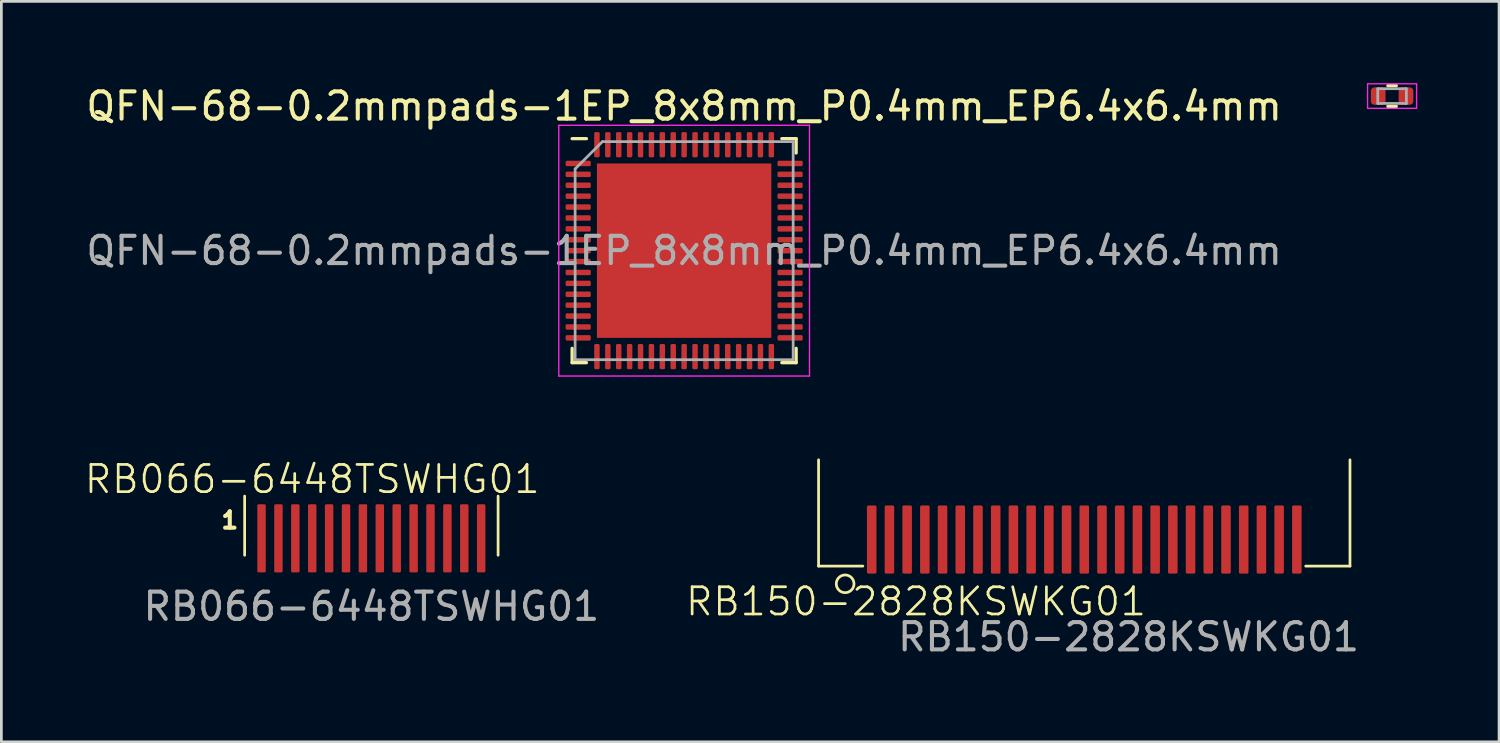
<source format=kicad_pcb>
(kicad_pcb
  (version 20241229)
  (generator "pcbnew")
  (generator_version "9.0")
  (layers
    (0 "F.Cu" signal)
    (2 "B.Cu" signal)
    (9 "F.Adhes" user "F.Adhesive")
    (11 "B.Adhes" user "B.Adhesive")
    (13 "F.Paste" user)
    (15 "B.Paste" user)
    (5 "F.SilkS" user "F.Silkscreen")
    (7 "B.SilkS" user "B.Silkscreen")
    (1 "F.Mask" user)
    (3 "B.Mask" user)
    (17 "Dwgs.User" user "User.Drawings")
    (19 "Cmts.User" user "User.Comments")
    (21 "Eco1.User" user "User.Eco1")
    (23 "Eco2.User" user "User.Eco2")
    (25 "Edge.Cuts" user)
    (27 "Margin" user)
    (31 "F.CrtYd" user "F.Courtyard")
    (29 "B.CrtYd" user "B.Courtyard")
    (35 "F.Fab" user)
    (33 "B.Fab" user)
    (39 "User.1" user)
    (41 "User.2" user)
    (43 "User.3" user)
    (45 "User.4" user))
  (footprint "RB066-6448TSWHG01"
    (layer "F.Cu")
    (at 10.577 16.704)
    (property "Reference" "RB066-6448TSWHG01" (at -2.17 -2.17 0) (unlocked yes) (layer "F.SilkS") (effects (font (size 1 1) (thickness 0.1))))
    (attr smd)
    (fp_line (start -4.65 -1.55) (end -4.65 0.62) (stroke (width 0.1) (type default)) (layer "F.SilkS"))
    (fp_line (start 4.65 -1.55) (end 4.65 0.62) (stroke (width 0.1) (type default)) (layer "F.SilkS"))
    (fp_text user "1" (at -5.58 -0.31 0) (unlocked yes) (layer "F.SilkS") (effects (font (size 0.6 0.6) (thickness 0.15) (bold yes)) (justify left bottom)))
    (fp_text user "${REFERENCE}" (at 0 2.5 0) (unlocked yes) (layer "F.Fab") (effects (font (size 1 1) (thickness 0.15))))
    (pad "1" smd roundrect (at -4.03 0) (size 0.31 2.5) (layers "F.Cu" "F.Mask" "F.Paste") (roundrect_rratio 0.15))
    (pad "2" smd roundrect (at -3.41 0) (size 0.31 2.5) (layers "F.Cu" "F.Mask" "F.Paste") (roundrect_rratio 0.15))
    (pad "3" smd roundrect (at -2.79 0) (size 0.31 2.5) (layers "F.Cu" "F.Mask" "F.Paste") (roundrect_rratio 0.15))
    (pad "4" smd roundrect (at -2.17 0) (size 0.31 2.5) (layers "F.Cu" "F.Mask" "F.Paste") (roundrect_rratio 0.15))
    (pad "5" smd roundrect (at -1.55 0) (size 0.31 2.5) (layers "F.Cu" "F.Mask" "F.Paste") (roundrect_rratio 0.15))
    (pad "6" smd roundrect (at -0.93 0) (size 0.31 2.5) (layers "F.Cu" "F.Mask" "F.Paste") (roundrect_rratio 0.15))
    (pad "7" smd roundrect (at -0.31 0) (size 0.31 2.5) (layers "F.Cu" "F.Mask" "F.Paste") (roundrect_rratio 0.15))
    (pad "8" smd roundrect (at 0.31 0) (size 0.31 2.5) (layers "F.Cu" "F.Mask" "F.Paste") (roundrect_rratio 0.15))
    (pad "9" smd roundrect (at 0.93 0) (size 0.31 2.5) (layers "F.Cu" "F.Mask" "F.Paste") (roundrect_rratio 0.15))
    (pad "10" smd roundrect (at 1.55 0) (size 0.31 2.5) (layers "F.Cu" "F.Mask" "F.Paste") (roundrect_rratio 0.15))
    (pad "11" smd roundrect (at 2.17 0) (size 0.31 2.5) (layers "F.Cu" "F.Mask" "F.Paste") (roundrect_rratio 0.15))
    (pad "12" smd roundrect (at 2.79 0) (size 0.31 2.5) (layers "F.Cu" "F.Mask" "F.Paste") (roundrect_rratio 0.15))
    (pad "13" smd roundrect (at 3.41 0) (size 0.31 2.5) (layers "F.Cu" "F.Mask" "F.Paste") (roundrect_rratio 0.15))
    (pad "14" smd roundrect (at 4.03 0) (size 0.31 2.5) (layers "F.Cu" "F.Mask" "F.Paste") (roundrect_rratio 0.15)))
  (footprint "RB150-2828KSWKG01"
    (layer "F.Cu")
    (at 36.737 16.748)
    (property "Reference" "RB150-2828KSWKG01" (at -6.175 2.275 0) (unlocked yes) (layer "F.SilkS") (effects (font (size 1 1) (thickness 0.1))))
    (attr smd)
    (fp_line (start -9.75 0.975) (end -9.75 -2.925) (stroke (width 0.1) (type default)) (layer "F.SilkS"))
    (fp_line (start -8.125 0.975) (end -9.75 0.975) (stroke (width 0.1) (type default)) (layer "F.SilkS"))
    (fp_line (start 8.125 0.975) (end 9.75 0.975) (stroke (width 0.1) (type default)) (layer "F.SilkS"))
    (fp_line (start 9.75 0.975) (end 9.75 -2.925) (stroke (width 0.1) (type default)) (layer "F.SilkS"))
    (fp_circle (center -8.775 1.625) (end -8.775 1.3) (stroke (width 0.1) (type default)) (fill no) (layer "F.SilkS"))
    (fp_text user "${REFERENCE}" (at 1.625 3.575 0) (unlocked yes) (layer "F.Fab") (effects (font (size 1 1) (thickness 0.15))))
    (pad "1" smd roundrect (at -7.8 0 180) (size 0.35 2.5) (layers "F.Cu" "F.Mask" "F.Paste") (roundrect_rratio 0.15))
    (pad "2" smd roundrect (at -7.15 0 180) (size 0.35 2.5) (layers "F.Cu" "F.Mask" "F.Paste") (roundrect_rratio 0.15))
    (pad "3" smd roundrect (at -6.5 0 180) (size 0.35 2.5) (layers "F.Cu" "F.Mask" "F.Paste") (roundrect_rratio 0.15))
    (pad "4" smd roundrect (at -5.85 0 180) (size 0.35 2.5) (layers "F.Cu" "F.Mask" "F.Paste") (roundrect_rratio 0.15))
    (pad "5" smd roundrect (at -5.2 0 180) (size 0.35 2.5) (layers "F.Cu" "F.Mask" "F.Paste") (roundrect_rratio 0.15))
    (pad "6" smd roundrect (at -4.55 0 180) (size 0.35 2.5) (layers "F.Cu" "F.Mask" "F.Paste") (roundrect_rratio 0.15))
    (pad "7" smd roundrect (at -3.9 0 180) (size 0.35 2.5) (layers "F.Cu" "F.Mask" "F.Paste") (roundrect_rratio 0.15))
    (pad "8" smd roundrect (at -3.25 0 180) (size 0.35 2.5) (layers "F.Cu" "F.Mask" "F.Paste") (roundrect_rratio 0.15))
    (pad "9" smd roundrect (at -2.6 0 180) (size 0.35 2.5) (layers "F.Cu" "F.Mask" "F.Paste") (roundrect_rratio 0.15))
    (pad "10" smd roundrect (at -1.95 0 180) (size 0.35 2.5) (layers "F.Cu" "F.Mask" "F.Paste") (roundrect_rratio 0.15))
    (pad "11" smd roundrect (at -1.3 0 180) (size 0.35 2.5) (layers "F.Cu" "F.Mask" "F.Paste") (roundrect_rratio 0.15))
    (pad "12" smd roundrect (at -0.65 0 180) (size 0.35 2.5) (layers "F.Cu" "F.Mask" "F.Paste") (roundrect_rratio 0.15))
    (pad "13" smd roundrect (at 0 0 180) (size 0.35 2.5) (layers "F.Cu" "F.Mask" "F.Paste") (roundrect_rratio 0.15))
    (pad "14" smd roundrect (at 0.65 0 180) (size 0.35 2.5) (layers "F.Cu" "F.Mask" "F.Paste") (roundrect_rratio 0.15))
    (pad "15" smd roundrect (at 1.3 0 180) (size 0.35 2.5) (layers "F.Cu" "F.Mask" "F.Paste") (roundrect_rratio 0.15))
    (pad "16" smd roundrect (at 1.95 0 180) (size 0.35 2.5) (layers "F.Cu" "F.Mask" "F.Paste") (roundrect_rratio 0.15))
    (pad "17" smd roundrect (at 2.6 0 180) (size 0.35 2.5) (layers "F.Cu" "F.Mask" "F.Paste") (roundrect_rratio 0.15))
    (pad "18" smd roundrect (at 3.25 0 180) (size 0.35 2.5) (layers "F.Cu" "F.Mask" "F.Paste") (roundrect_rratio 0.15))
    (pad "19" smd roundrect (at 3.9 0 180) (size 0.35 2.5) (layers "F.Cu" "F.Mask" "F.Paste") (roundrect_rratio 0.15))
    (pad "20" smd roundrect (at 4.55 0 180) (size 0.35 2.5) (layers "F.Cu" "F.Mask" "F.Paste") (roundrect_rratio 0.15))
    (pad "21" smd roundrect (at 5.2 0 180) (size 0.35 2.5) (layers "F.Cu" "F.Mask" "F.Paste") (roundrect_rratio 0.15))
    (pad "22" smd roundrect (at 5.85 0 180) (size 0.35 2.5) (layers "F.Cu" "F.Mask" "F.Paste") (roundrect_rratio 0.15))
    (pad "23" smd roundrect (at 6.5 0 180) (size 0.35 2.5) (layers "F.Cu" "F.Mask" "F.Paste") (roundrect_rratio 0.15))
    (pad "24" smd roundrect (at 7.15 0 180) (size 0.35 2.5) (layers "F.Cu" "F.Mask" "F.Paste") (roundrect_rratio 0.15))
    (pad "25" smd roundrect (at 7.8 0 180) (size 0.35 2.5) (layers "F.Cu" "F.Mask" "F.Paste") (roundrect_rratio 0.15)))
  (footprint "R_0402_1005Metric_COMPACT"
    (layer "F.Cu")
    (at 48.032 0.475)
    (property "Reference" "R_0402_1005Metric_COMPACT" (at 0 -1.17 0) (layer "User.9") (effects (font (size 1 1) (thickness 0.15))))
    (attr smd)
    (fp_line (start -0.154 -0.38) (end 0.154 -0.38) (stroke (width 0.12) (type solid)) (layer "F.SilkS"))
    (fp_line (start -0.154 0.38) (end 0.154 0.38) (stroke (width 0.12) (type solid)) (layer "F.SilkS"))
    (fp_line (start -0.9 -0.45) (end 0.9 -0.45) (stroke (width 0.05) (type solid)) (layer "F.CrtYd"))
    (fp_line (start -0.9 0.45) (end -0.9 -0.45) (stroke (width 0.05) (type solid)) (layer "F.CrtYd"))
    (fp_line (start 0.9 -0.45) (end 0.9 0.45) (stroke (width 0.05) (type solid)) (layer "F.CrtYd"))
    (fp_line (start 0.9 0.45) (end -0.9 0.45) (stroke (width 0.05) (type solid)) (layer "F.CrtYd"))
    (fp_line (start -0.525 -0.27) (end 0.525 -0.27) (stroke (width 0.1) (type solid)) (layer "F.Fab"))
    (fp_line (start -0.525 0.27) (end -0.525 -0.27) (stroke (width 0.1) (type solid)) (layer "F.Fab"))
    (fp_line (start 0.525 -0.27) (end 0.525 0.27) (stroke (width 0.1) (type solid)) (layer "F.Fab"))
    (fp_line (start 0.525 0.27) (end -0.525 0.27) (stroke (width 0.1) (type solid)) (layer "F.Fab"))
    (pad "1" smd roundrect (at -0.51 0) (size 0.54 0.64) (layers "F.Cu" "F.Mask" "F.Paste") (roundrect_rratio 0.25))
    (pad "2" smd roundrect (at 0.51 0) (size 0.54 0.64) (layers "F.Cu" "F.Mask" "F.Paste") (roundrect_rratio 0.25)))
  (footprint "QFN-68-0.2mmpads-1EP_8x8mm_P0.4mm_EP6.4x6.4mm"
    (layer "F.Cu")
    (at 22.054 6.148)
    (property "Reference" "QFN-68-0.2mmpads-1EP_8x8mm_P0.4mm_EP6.4x6.4mm" (at 0 -5.3 180) (layer "F.SilkS") (effects (font (size 1 1) (thickness 0.15))))
    (attr smd)
    (fp_line (start -4.11 4.11) (end -4.11 3.585) (stroke (width 0.12) (type solid)) (layer "F.SilkS"))
    (fp_line (start -3.585 -4.11) (end -4.11 -4.11) (stroke (width 0.12) (type solid)) (layer "F.SilkS"))
    (fp_line (start -3.585 4.11) (end -4.11 4.11) (stroke (width 0.12) (type solid)) (layer "F.SilkS"))
    (fp_line (start 3.585 -4.11) (end 4.11 -4.11) (stroke (width 0.12) (type solid)) (layer "F.SilkS"))
    (fp_line (start 3.585 4.11) (end 4.11 4.11) (stroke (width 0.12) (type solid)) (layer "F.SilkS"))
    (fp_line (start 4.11 -4.11) (end 4.11 -3.585) (stroke (width 0.12) (type solid)) (layer "F.SilkS"))
    (fp_line (start 4.11 4.11) (end 4.11 3.585) (stroke (width 0.12) (type solid)) (layer "F.SilkS"))
    (fp_line (start -4.6 -4.6) (end -4.6 4.6) (stroke (width 0.05) (type solid)) (layer "F.CrtYd"))
    (fp_line (start -4.6 4.6) (end 4.6 4.6) (stroke (width 0.05) (type solid)) (layer "F.CrtYd"))
    (fp_line (start 4.6 -4.6) (end -4.6 -4.6) (stroke (width 0.05) (type solid)) (layer "F.CrtYd"))
    (fp_line (start 4.6 4.6) (end 4.6 -4.6) (stroke (width 0.05) (type solid)) (layer "F.CrtYd"))
    (fp_line (start -4 -3) (end -3 -4) (stroke (width 0.1) (type solid)) (layer "F.Fab"))
    (fp_line (start -4 4) (end -4 -3) (stroke (width 0.1) (type solid)) (layer "F.Fab"))
    (fp_line (start -3 -4) (end 4 -4) (stroke (width 0.1) (type solid)) (layer "F.Fab"))
    (fp_line (start 4 -4) (end 4 4) (stroke (width 0.1) (type solid)) (layer "F.Fab"))
    (fp_line (start 4 4) (end -4 4) (stroke (width 0.1) (type solid)) (layer "F.Fab"))
    (fp_text user "${REFERENCE}" (at 0 0 180) (layer "F.Fab") (effects (font (size 1 1) (thickness 0.15))))
    (pad "" smd roundrect (at -2.4 -2.4) (size 1.29 1.29) (layers "F.Paste") (roundrect_rratio 0.194))
    (pad "" smd roundrect (at -2.4 -0.8) (size 1.29 1.29) (layers "F.Paste") (roundrect_rratio 0.194))
    (pad "" smd roundrect (at -2.4 0.8) (size 1.29 1.29) (layers "F.Paste") (roundrect_rratio 0.194))
    (pad "" smd roundrect (at -2.4 2.4) (size 1.29 1.29) (layers "F.Paste") (roundrect_rratio 0.194))
    (pad "" smd roundrect (at -0.8 -2.4) (size 1.29 1.29) (layers "F.Paste") (roundrect_rratio 0.194))
    (pad "" smd roundrect (at -0.8 -0.8) (size 1.29 1.29) (layers "F.Paste") (roundrect_rratio 0.194))
    (pad "" smd roundrect (at -0.8 0.8) (size 1.29 1.29) (layers "F.Paste") (roundrect_rratio 0.194))
    (pad "" smd roundrect (at -0.8 2.4) (size 1.29 1.29) (layers "F.Paste") (roundrect_rratio 0.194))
    (pad "" smd roundrect (at 0.8 -2.4) (size 1.29 1.29) (layers "F.Paste") (roundrect_rratio 0.194))
    (pad "" smd roundrect (at 0.8 -0.8) (size 1.29 1.29) (layers "F.Paste") (roundrect_rratio 0.194))
    (pad "" smd roundrect (at 0.8 0.8) (size 1.29 1.29) (layers "F.Paste") (roundrect_rratio 0.194))
    (pad "" smd roundrect (at 0.8 2.4) (size 1.29 1.29) (layers "F.Paste") (roundrect_rratio 0.194))
    (pad "" smd roundrect (at 2.4 -2.4) (size 1.29 1.29) (layers "F.Paste") (roundrect_rratio 0.194))
    (pad "" smd roundrect (at 2.4 -0.8) (size 1.29 1.29) (layers "F.Paste") (roundrect_rratio 0.194))
    (pad "" smd roundrect (at 2.4 0.8) (size 1.29 1.29) (layers "F.Paste") (roundrect_rratio 0.194))
    (pad "" smd roundrect (at 2.4 2.4) (size 1.29 1.29) (layers "F.Paste") (roundrect_rratio 0.194))
    (pad "1" smd roundrect (at -3.888 -3.2) (size 0.925 0.2) (layers "F.Cu" "F.Mask" "F.Paste") (roundrect_rratio 0.25))
    (pad "2" smd roundrect (at -3.888 -2.8) (size 0.925 0.2) (layers "F.Cu" "F.Mask" "F.Paste") (roundrect_rratio 0.25))
    (pad "3" smd roundrect (at -3.888 -2.4) (size 0.925 0.2) (layers "F.Cu" "F.Mask" "F.Paste") (roundrect_rratio 0.25))
    (pad "4" smd roundrect (at -3.888 -2) (size 0.925 0.2) (layers "F.Cu" "F.Mask" "F.Paste") (roundrect_rratio 0.25))
    (pad "5" smd roundrect (at -3.888 -1.6) (size 0.925 0.2) (layers "F.Cu" "F.Mask" "F.Paste") (roundrect_rratio 0.25))
    (pad "6" smd roundrect (at -3.888 -1.2) (size 0.925 0.2) (layers "F.Cu" "F.Mask" "F.Paste") (roundrect_rratio 0.25))
    (pad "7" smd roundrect (at -3.888 -0.8) (size 0.925 0.2) (layers "F.Cu" "F.Mask" "F.Paste") (roundrect_rratio 0.25))
    (pad "8" smd roundrect (at -3.888 -0.4) (size 0.925 0.2) (layers "F.Cu" "F.Mask" "F.Paste") (roundrect_rratio 0.25))
    (pad "9" smd roundrect (at -3.888 0) (size 0.925 0.2) (layers "F.Cu" "F.Mask" "F.Paste") (roundrect_rratio 0.25))
    (pad "10" smd roundrect (at -3.888 0.4) (size 0.925 0.2) (layers "F.Cu" "F.Mask" "F.Paste") (roundrect_rratio 0.25))
    (pad "11" smd roundrect (at -3.888 0.8) (size 0.925 0.2) (layers "F.Cu" "F.Mask" "F.Paste") (roundrect_rratio 0.25))
    (pad "12" smd roundrect (at -3.888 1.2) (size 0.925 0.2) (layers "F.Cu" "F.Mask" "F.Paste") (roundrect_rratio 0.25))
    (pad "13" smd roundrect (at -3.888 1.6) (size 0.925 0.2) (layers "F.Cu" "F.Mask" "F.Paste") (roundrect_rratio 0.25))
    (pad "14" smd roundrect (at -3.888 2) (size 0.925 0.2) (layers "F.Cu" "F.Mask" "F.Paste") (roundrect_rratio 0.25))
    (pad "15" smd roundrect (at -3.888 2.4) (size 0.925 0.2) (layers "F.Cu" "F.Mask" "F.Paste") (roundrect_rratio 0.25))
    (pad "16" smd roundrect (at -3.888 2.8) (size 0.925 0.2) (layers "F.Cu" "F.Mask" "F.Paste") (roundrect_rratio 0.25))
    (pad "17" smd roundrect (at -3.888 3.2) (size 0.925 0.2) (layers "F.Cu" "F.Mask" "F.Paste") (roundrect_rratio 0.25))
    (pad "18" smd roundrect (at -3.2 3.888) (size 0.2 0.925) (layers "F.Cu" "F.Mask" "F.Paste") (roundrect_rratio 0.25))
    (pad "19" smd roundrect (at -2.8 3.888) (size 0.2 0.925) (layers "F.Cu" "F.Mask" "F.Paste") (roundrect_rratio 0.25))
    (pad "20" smd roundrect (at -2.4 3.888) (size 0.2 0.925) (layers "F.Cu" "F.Mask" "F.Paste") (roundrect_rratio 0.25))
    (pad "21" smd roundrect (at -2 3.888) (size 0.2 0.925) (layers "F.Cu" "F.Mask" "F.Paste") (roundrect_rratio 0.25))
    (pad "22" smd roundrect (at -1.6 3.888) (size 0.2 0.925) (layers "F.Cu" "F.Mask" "F.Paste") (roundrect_rratio 0.25))
    (pad "23" smd roundrect (at -1.2 3.888) (size 0.2 0.925) (layers "F.Cu" "F.Mask" "F.Paste") (roundrect_rratio 0.25))
    (pad "24" smd roundrect (at -0.8 3.888) (size 0.2 0.925) (layers "F.Cu" "F.Mask" "F.Paste") (roundrect_rratio 0.25))
    (pad "25" smd roundrect (at -0.4 3.888) (size 0.2 0.925) (layers "F.Cu" "F.Mask" "F.Paste") (roundrect_rratio 0.25))
    (pad "26" smd roundrect (at 0 3.888) (size 0.2 0.925) (layers "F.Cu" "F.Mask" "F.Paste") (roundrect_rratio 0.25))
    (pad "27" smd roundrect (at 0.4 3.888) (size 0.2 0.925) (layers "F.Cu" "F.Mask" "F.Paste") (roundrect_rratio 0.25))
    (pad "28" smd roundrect (at 0.8 3.888) (size 0.2 0.925) (layers "F.Cu" "F.Mask" "F.Paste") (roundrect_rratio 0.25))
    (pad "29" smd roundrect (at 1.2 3.888) (size 0.2 0.925) (layers "F.Cu" "F.Mask" "F.Paste") (roundrect_rratio 0.25))
    (pad "30" smd roundrect (at 1.6 3.888) (size 0.2 0.925) (layers "F.Cu" "F.Mask" "F.Paste") (roundrect_rratio 0.25))
    (pad "31" smd roundrect (at 2 3.888) (size 0.2 0.925) (layers "F.Cu" "F.Mask" "F.Paste") (roundrect_rratio 0.25))
    (pad "32" smd roundrect (at 2.4 3.888) (size 0.2 0.925) (layers "F.Cu" "F.Mask" "F.Paste") (roundrect_rratio 0.25))
    (pad "33" smd roundrect (at 2.8 3.888) (size 0.2 0.925) (layers "F.Cu" "F.Mask" "F.Paste") (roundrect_rratio 0.25))
    (pad "34" smd roundrect (at 3.2 3.888) (size 0.2 0.925) (layers "F.Cu" "F.Mask" "F.Paste") (roundrect_rratio 0.25))
    (pad "35" smd roundrect (at 3.888 3.2) (size 0.925 0.2) (layers "F.Cu" "F.Mask" "F.Paste") (roundrect_rratio 0.25))
    (pad "36" smd roundrect (at 3.888 2.8) (size 0.925 0.2) (layers "F.Cu" "F.Mask" "F.Paste") (roundrect_rratio 0.25))
    (pad "37" smd roundrect (at 3.888 2.4) (size 0.925 0.2) (layers "F.Cu" "F.Mask" "F.Paste") (roundrect_rratio 0.25))
    (pad "38" smd roundrect (at 3.888 2) (size 0.925 0.2) (layers "F.Cu" "F.Mask" "F.Paste") (roundrect_rratio 0.25))
    (pad "39" smd roundrect (at 3.888 1.6) (size 0.925 0.2) (layers "F.Cu" "F.Mask" "F.Paste") (roundrect_rratio 0.25))
    (pad "40" smd roundrect (at 3.888 1.2) (size 0.925 0.2) (layers "F.Cu" "F.Mask" "F.Paste") (roundrect_rratio 0.25))
    (pad "41" smd roundrect (at 3.888 0.8) (size 0.925 0.2) (layers "F.Cu" "F.Mask" "F.Paste") (roundrect_rratio 0.25))
    (pad "42" smd roundrect (at 3.888 0.4) (size 0.925 0.2) (layers "F.Cu" "F.Mask" "F.Paste") (roundrect_rratio 0.25))
    (pad "43" smd roundrect (at 3.888 0) (size 0.925 0.2) (layers "F.Cu" "F.Mask" "F.Paste") (roundrect_rratio 0.25))
    (pad "44" smd roundrect (at 3.888 -0.4) (size 0.925 0.2) (layers "F.Cu" "F.Mask" "F.Paste") (roundrect_rratio 0.25))
    (pad "45" smd roundrect (at 3.888 -0.8) (size 0.925 0.2) (layers "F.Cu" "F.Mask" "F.Paste") (roundrect_rratio 0.25))
    (pad "46" smd roundrect (at 3.888 -1.2) (size 0.925 0.2) (layers "F.Cu" "F.Mask" "F.Paste") (roundrect_rratio 0.25))
    (pad "47" smd roundrect (at 3.888 -1.6) (size 0.925 0.2) (layers "F.Cu" "F.Mask" "F.Paste") (roundrect_rratio 0.25))
    (pad "48" smd roundrect (at 3.888 -2) (size 0.925 0.2) (layers "F.Cu" "F.Mask" "F.Paste") (roundrect_rratio 0.25))
    (pad "49" smd roundrect (at 3.888 -2.4) (size 0.925 0.2) (layers "F.Cu" "F.Mask" "F.Paste") (roundrect_rratio 0.25))
    (pad "50" smd roundrect (at 3.888 -2.8) (size 0.925 0.2) (layers "F.Cu" "F.Mask" "F.Paste") (roundrect_rratio 0.25))
    (pad "51" smd roundrect (at 3.888 -3.2) (size 0.925 0.2) (layers "F.Cu" "F.Mask" "F.Paste") (roundrect_rratio 0.25))
    (pad "52" smd roundrect (at 3.2 -3.888) (size 0.2 0.925) (layers "F.Cu" "F.Mask" "F.Paste") (roundrect_rratio 0.25))
    (pad "53" smd roundrect (at 2.8 -3.888) (size 0.2 0.925) (layers "F.Cu" "F.Mask" "F.Paste") (roundrect_rratio 0.25))
    (pad "54" smd roundrect (at 2.4 -3.888) (size 0.2 0.925) (layers "F.Cu" "F.Mask" "F.Paste") (roundrect_rratio 0.25))
    (pad "55" smd roundrect (at 2 -3.888) (size 0.2 0.925) (layers "F.Cu" "F.Mask" "F.Paste") (roundrect_rratio 0.25))
    (pad "56" smd roundrect (at 1.6 -3.888) (size 0.2 0.925) (layers "F.Cu" "F.Mask" "F.Paste") (roundrect_rratio 0.25))
    (pad "57" smd roundrect (at 1.2 -3.888) (size 0.2 0.925) (layers "F.Cu" "F.Mask" "F.Paste") (roundrect_rratio 0.25))
    (pad "58" smd roundrect (at 0.8 -3.888) (size 0.2 0.925) (layers "F.Cu" "F.Mask" "F.Paste") (roundrect_rratio 0.25))
    (pad "59" smd roundrect (at 0.4 -3.888) (size 0.2 0.925) (layers "F.Cu" "F.Mask" "F.Paste") (roundrect_rratio 0.25))
    (pad "60" smd roundrect (at 0 -3.888) (size 0.2 0.925) (layers "F.Cu" "F.Mask" "F.Paste") (roundrect_rratio 0.25))
    (pad "61" smd roundrect (at -0.4 -3.888) (size 0.2 0.925) (layers "F.Cu" "F.Mask" "F.Paste") (roundrect_rratio 0.25))
    (pad "62" smd roundrect (at -0.8 -3.888) (size 0.2 0.925) (layers "F.Cu" "F.Mask" "F.Paste") (roundrect_rratio 0.25))
    (pad "63" smd roundrect (at -1.2 -3.888) (size 0.2 0.925) (layers "F.Cu" "F.Mask" "F.Paste") (roundrect_rratio 0.25))
    (pad "64" smd roundrect (at -1.6 -3.888) (size 0.2 0.925) (layers "F.Cu" "F.Mask" "F.Paste") (roundrect_rratio 0.25))
    (pad "65" smd roundrect (at -2 -3.888) (size 0.2 0.925) (layers "F.Cu" "F.Mask" "F.Paste") (roundrect_rratio 0.25))
    (pad "66" smd roundrect (at -2.4 -3.888) (size 0.2 0.925) (layers "F.Cu" "F.Mask" "F.Paste") (roundrect_rratio 0.25))
    (pad "67" smd roundrect (at -2.8 -3.888) (size 0.2 0.925) (layers "F.Cu" "F.Mask" "F.Paste") (roundrect_rratio 0.25))
    (pad "68" smd roundrect (at -3.2 -3.888) (size 0.2 0.925) (layers "F.Cu" "F.Mask" "F.Paste") (roundrect_rratio 0.25))
    (pad "69" smd rect (at 0 0) (size 6.4 6.4) (layers "F.Cu" "F.Mask")))
  (gr_rect
    (start -3 -3)
    (end 51.957 24.172)
    (stroke (width 0.1) (type default))
    (fill no)
    (layer "Edge.Cuts")))
</source>
